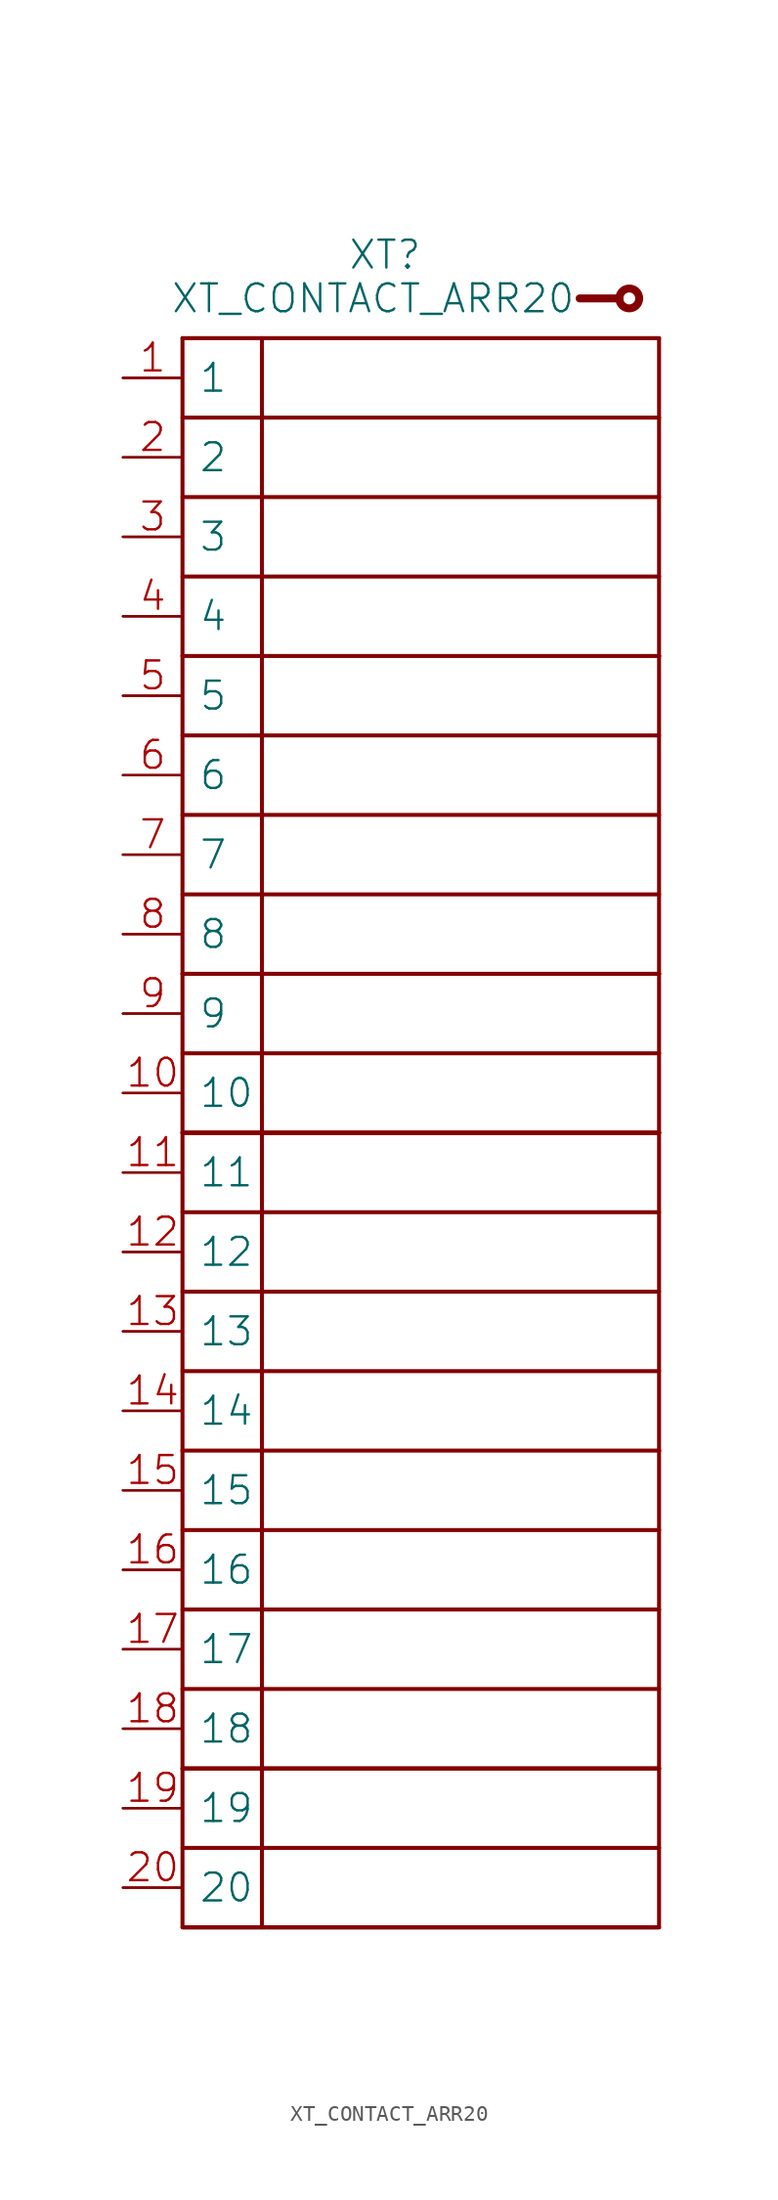
<source format=kicad_sym>
(kicad_symbol_lib
  (version 20211014)
  (generator kicad_symbol_editor)
  (symbol "XT_CONTACT_ARR20"
    (pin_names
      (offset 1.016))
    (property "Reference" "XT"
      (at -1.016 15.494 0)
      (effects (font (size 1.778 1.778))))
    (property "Value" "XT_CONTACT_ARR20"
      (at -1.778 12.7 0)
      (effects (font (size 1.778 1.778))))
    (symbol "XT_CONTACT_ARR20_0_1"
      (rectangle (start -13.97 -30.48) (end 16.51 -40.64) (stroke (width 0.254) (type default) (color 0 0 0 0)) (fill (type none)))
      (polyline (pts (xy -8.89 -30.48) (xy -8.89 -40.64)) (stroke (width 0.254) (type default) (color 0 0 0 0)) (fill (type none)))
      (pin passive line (at -17.78 2.54 0) (length 3.81) (name "2" (effects (font (size 1.778 1.778)))) (number "2" (effects (font (size 1.778 1.778))))))
    (symbol "XT_CONTACT_ARR20_1_1"
      (rectangle (start -13.97 -81.28) (end 16.51 -91.44) (stroke (width 0.254) (type default) (color 0 0 0 0)) (fill (type none)))
      (polyline (pts (xy -17.78 -88.9) (xy -13.97 -88.9)) (stroke (width 0) (type default) (color 0 0 0 0)) (fill (type none)))
      (polyline (pts (xy -17.78 -83.82) (xy -13.97 -83.82)) (stroke (width 0) (type default) (color 0 0 0 0)) (fill (type none)))
      (polyline (pts (xy -17.78 -78.74) (xy -13.97 -78.74)) (stroke (width 0) (type default) (color 0 0 0 0)) (fill (type none)))
      (polyline (pts (xy -17.78 -73.66) (xy -13.97 -73.66)) (stroke (width 0) (type default) (color 0 0 0 0)) (fill (type none)))
      (polyline (pts (xy -17.78 -68.58) (xy -13.97 -68.58)) (stroke (width 0) (type default) (color 0 0 0 0)) (fill (type none)))
      (polyline (pts (xy -17.78 -63.5) (xy -13.97 -63.5)) (stroke (width 0) (type default) (color 0 0 0 0)) (fill (type none)))
      (polyline (pts (xy -17.78 -58.42) (xy -13.97 -58.42)) (stroke (width 0) (type default) (color 0 0 0 0)) (fill (type none)))
      (polyline (pts (xy -17.78 -53.34) (xy -13.97 -53.34)) (stroke (width 0) (type default) (color 0 0 0 0)) (fill (type none)))
      (polyline (pts (xy -17.78 -48.26) (xy -13.97 -48.26)) (stroke (width 0) (type default) (color 0 0 0 0)) (fill (type none)))
      (polyline (pts (xy -17.78 -43.18) (xy -13.97 -43.18)) (stroke (width 0) (type default) (color 0 0 0 0)) (fill (type none)))
      (polyline (pts (xy -17.78 -38.1) (xy -13.97 -38.1)) (stroke (width 0) (type default) (color 0 0 0 0)) (fill (type none)))
      (polyline (pts (xy -17.78 -33.02) (xy -13.97 -33.02)) (stroke (width 0) (type default) (color 0 0 0 0)) (fill (type none)))
      (polyline (pts (xy -17.78 -27.94) (xy -13.97 -27.94)) (stroke (width 0) (type default) (color 0 0 0 0)) (fill (type none)))
      (polyline (pts (xy -17.78 -22.86) (xy -13.97 -22.86)) (stroke (width 0) (type default) (color 0 0 0 0)) (fill (type none)))
      (polyline (pts (xy -17.78 -17.78) (xy -13.97 -17.78)) (stroke (width 0) (type default) (color 0 0 0 0)) (fill (type none)))
      (polyline (pts (xy -17.78 -12.7) (xy -13.97 -12.7)) (stroke (width 0) (type default) (color 0 0 0 0)) (fill (type none)))
      (polyline (pts (xy -17.78 -7.62) (xy -13.97 -7.62)) (stroke (width 0) (type default) (color 0 0 0 0)) (fill (type none)))
      (polyline (pts (xy -17.78 -2.54) (xy -13.97 -2.54)) (stroke (width 0) (type default) (color 0 0 0 0)) (fill (type none)))
      (polyline (pts (xy -17.78 2.54) (xy -13.97 2.54)) (stroke (width 0) (type default) (color 0 0 0 0)) (fill (type none)))
      (polyline (pts (xy -17.78 7.62) (xy -13.97 7.62)) (stroke (width 0) (type default) (color 0 0 0 0)) (fill (type none)))
      (polyline (pts (xy -13.97 -91.44) (xy 16.51 -91.44)) (stroke (width 0.254) (type default) (color 0 0 0 0)) (fill (type none)))
      (polyline (pts (xy -13.97 -86.36) (xy 16.51 -86.36)) (stroke (width 0.254) (type default) (color 0 0 0 0)) (fill (type none)))
      (polyline (pts (xy -13.97 -81.28) (xy 16.51 -81.28)) (stroke (width 0.254) (type default) (color 0 0 0 0)) (fill (type none)))
      (polyline (pts (xy -13.97 -76.2) (xy 16.51 -76.2)) (stroke (width 0.254) (type default) (color 0 0 0 0)) (fill (type none)))
      (polyline (pts (xy -13.97 -71.12) (xy 16.51 -71.12)) (stroke (width 0.254) (type default) (color 0 0 0 0)) (fill (type none)))
      (polyline (pts (xy -13.97 -66.04) (xy 16.51 -66.04)) (stroke (width 0.254) (type default) (color 0 0 0 0)) (fill (type none)))
      (polyline (pts (xy -13.97 -60.96) (xy -13.97 -81.28)) (stroke (width 0.254) (type default) (color 0 0 0 0)) (fill (type none)))
      (polyline (pts (xy -13.97 -60.96) (xy 16.51 -60.96)) (stroke (width 0.254) (type default) (color 0 0 0 0)) (fill (type none)))
      (polyline (pts (xy -13.97 -55.88) (xy 16.51 -55.88)) (stroke (width 0.254) (type default) (color 0 0 0 0)) (fill (type none)))
      (polyline (pts (xy -13.97 -50.8) (xy 16.51 -50.8)) (stroke (width 0.254) (type default) (color 0 0 0 0)) (fill (type none)))
      (polyline (pts (xy -13.97 -45.72) (xy 16.51 -45.72)) (stroke (width 0.254) (type default) (color 0 0 0 0)) (fill (type none)))
      (polyline (pts (xy -13.97 -40.64) (xy -13.97 -60.96)) (stroke (width 0.254) (type default) (color 0 0 0 0)) (fill (type none)))
      (polyline (pts (xy -13.97 -40.64) (xy 16.51 -40.64)) (stroke (width 0.254) (type default) (color 0 0 0 0)) (fill (type none)))
      (polyline (pts (xy -13.97 -40.64) (xy 16.51 -40.64)) (stroke (width 0.254) (type default) (color 0 0 0 0)) (fill (type none)))
      (polyline (pts (xy -13.97 -35.56) (xy 16.51 -35.56)) (stroke (width 0.254) (type default) (color 0 0 0 0)) (fill (type none)))
      (polyline (pts (xy -13.97 -30.48) (xy 16.51 -30.48)) (stroke (width 0.254) (type default) (color 0 0 0 0)) (fill (type none)))
      (polyline (pts (xy -13.97 -25.4) (xy 16.51 -25.4)) (stroke (width 0.254) (type default) (color 0 0 0 0)) (fill (type none)))
      (polyline (pts (xy -13.97 -20.32) (xy 16.51 -20.32)) (stroke (width 0.254) (type default) (color 0 0 0 0)) (fill (type none)))
      (polyline (pts (xy -13.97 -15.24) (xy 16.51 -15.24)) (stroke (width 0.254) (type default) (color 0 0 0 0)) (fill (type none)))
      (polyline (pts (xy -13.97 -10.16) (xy -13.97 -30.48)) (stroke (width 0.254) (type default) (color 0 0 0 0)) (fill (type none)))
      (polyline (pts (xy -13.97 -10.16) (xy 16.51 -10.16)) (stroke (width 0.254) (type default) (color 0 0 0 0)) (fill (type none)))
      (polyline (pts (xy -13.97 -5.08) (xy 16.51 -5.08)) (stroke (width 0.254) (type default) (color 0 0 0 0)) (fill (type none)))
      (polyline (pts (xy -13.97 0) (xy 16.51 0)) (stroke (width 0.254) (type default) (color 0 0 0 0)) (fill (type none)))
      (polyline (pts (xy -13.97 5.08) (xy 16.51 5.08)) (stroke (width 0.254) (type default) (color 0 0 0 0)) (fill (type none)))
      (polyline (pts (xy -13.97 10.16) (xy -13.97 -10.16)) (stroke (width 0.254) (type default) (color 0 0 0 0)) (fill (type none)))
      (polyline (pts (xy -13.97 10.16) (xy 16.51 10.16)) (stroke (width 0.254) (type default) (color 0 0 0 0)) (fill (type none)))
      (polyline (pts (xy -8.89 -81.28) (xy -8.89 -91.44)) (stroke (width 0.254) (type default) (color 0 0 0 0)) (fill (type none)))
      (polyline (pts (xy -8.89 -60.96) (xy -8.89 -81.28)) (stroke (width 0.254) (type default) (color 0 0 0 0)) (fill (type none)))
      (polyline (pts (xy -8.89 -40.64) (xy -8.89 -60.96)) (stroke (width 0.254) (type default) (color 0 0 0 0)) (fill (type none)))
      (polyline (pts (xy -8.89 -10.16) (xy -8.89 -30.48)) (stroke (width 0.254) (type default) (color 0 0 0 0)) (fill (type none)))
      (polyline (pts (xy -8.89 10.16) (xy -8.89 -10.16)) (stroke (width 0.254) (type default) (color 0 0 0 0)) (fill (type none)))
      (polyline (pts (xy 13.97 12.7) (xy 11.43 12.7)) (stroke (width 0.508) (type default) (color 0 0 0 0)) (fill (type none)))
      (polyline (pts (xy 16.51 -60.96) (xy 16.51 -81.28)) (stroke (width 0.254) (type default) (color 0 0 0 0)) (fill (type none)))
      (polyline (pts (xy 16.51 -40.64) (xy 16.51 -60.96)) (stroke (width 0.254) (type default) (color 0 0 0 0)) (fill (type none)))
      (polyline (pts (xy 16.51 -10.16) (xy 16.51 -30.48)) (stroke (width 0.254) (type default) (color 0 0 0 0)) (fill (type none)))
      (polyline (pts (xy 16.51 10.16) (xy 16.51 -10.16)) (stroke (width 0.254) (type default) (color 0 0 0 0)) (fill (type none)))
      (circle (center 14.605 12.7) (radius 0.635) (stroke (width 0.508) (type default) (color 0 0 0 0)) (fill (type none)))
      (pin passive line (at -17.78 7.62 0) (length 3.81) (name "1" (effects (font (size 1.778 1.778)))) (number "1" (effects (font (size 1.778 1.778)))))
      (pin passive line (at -17.78 -38.1 0) (length 3.81) (name "10" (effects (font (size 1.778 1.778)))) (number "10" (effects (font (size 1.778 1.778)))))
      (pin passive line (at -17.78 -43.18 0) (length 3.81) (name "11" (effects (font (size 1.778 1.778)))) (number "11" (effects (font (size 1.778 1.778)))))
      (pin passive line (at -17.78 -48.26 0) (length 3.81) (name "12" (effects (font (size 1.778 1.778)))) (number "12" (effects (font (size 1.778 1.778)))))
      (pin passive line (at -17.78 -53.34 0) (length 3.81) (name "13" (effects (font (size 1.778 1.778)))) (number "13" (effects (font (size 1.778 1.778)))))
      (pin passive line (at -17.78 -58.42 0) (length 3.81) (name "14" (effects (font (size 1.778 1.778)))) (number "14" (effects (font (size 1.778 1.778)))))
      (pin passive line (at -17.78 -63.5 0) (length 3.81) (name "15" (effects (font (size 1.778 1.778)))) (number "15" (effects (font (size 1.778 1.778)))))
      (pin passive line (at -17.78 -68.58 0) (length 3.81) (name "16" (effects (font (size 1.778 1.778)))) (number "16" (effects (font (size 1.778 1.778)))))
      (pin passive line (at -17.78 -73.66 0) (length 3.81) (name "17" (effects (font (size 1.778 1.778)))) (number "17" (effects (font (size 1.778 1.778)))))
      (pin passive line (at -17.78 -78.74 0) (length 3.81) (name "18" (effects (font (size 1.778 1.778)))) (number "18" (effects (font (size 1.778 1.778)))))
      (pin passive line (at -17.78 -83.82 0) (length 3.81) (name "19" (effects (font (size 1.778 1.778)))) (number "19" (effects (font (size 1.778 1.778)))))
      (pin passive line (at -17.78 -88.9 0) (length 3.81) (name "20" (effects (font (size 1.778 1.778)))) (number "20" (effects (font (size 1.778 1.778)))))
      (pin passive line (at -17.78 -2.54 0) (length 3.81) (name "3" (effects (font (size 1.778 1.778)))) (number "3" (effects (font (size 1.778 1.778)))))
      (pin passive line (at -17.78 -7.62 0) (length 3.81) (name "4" (effects (font (size 1.778 1.778)))) (number "4" (effects (font (size 1.778 1.778)))))
      (pin passive line (at -17.78 -12.7 0) (length 3.81) (name "5" (effects (font (size 1.778 1.778)))) (number "5" (effects (font (size 1.778 1.778)))))
      (pin passive line (at -17.78 -17.78 0) (length 3.81) (name "6" (effects (font (size 1.778 1.778)))) (number "6" (effects (font (size 1.778 1.778)))))
      (pin passive line (at -17.78 -22.86 0) (length 3.81) (name "7" (effects (font (size 1.778 1.778)))) (number "7" (effects (font (size 1.778 1.778)))))
      (pin passive line (at -17.78 -27.94 0) (length 3.81) (name "8" (effects (font (size 1.778 1.778)))) (number "8" (effects (font (size 1.778 1.778)))))
      (pin passive line (at -17.78 -33.02 0) (length 3.81) (name "9" (effects (font (size 1.778 1.778)))) (number "9" (effects (font (size 1.778 1.778))))))))
</source>
